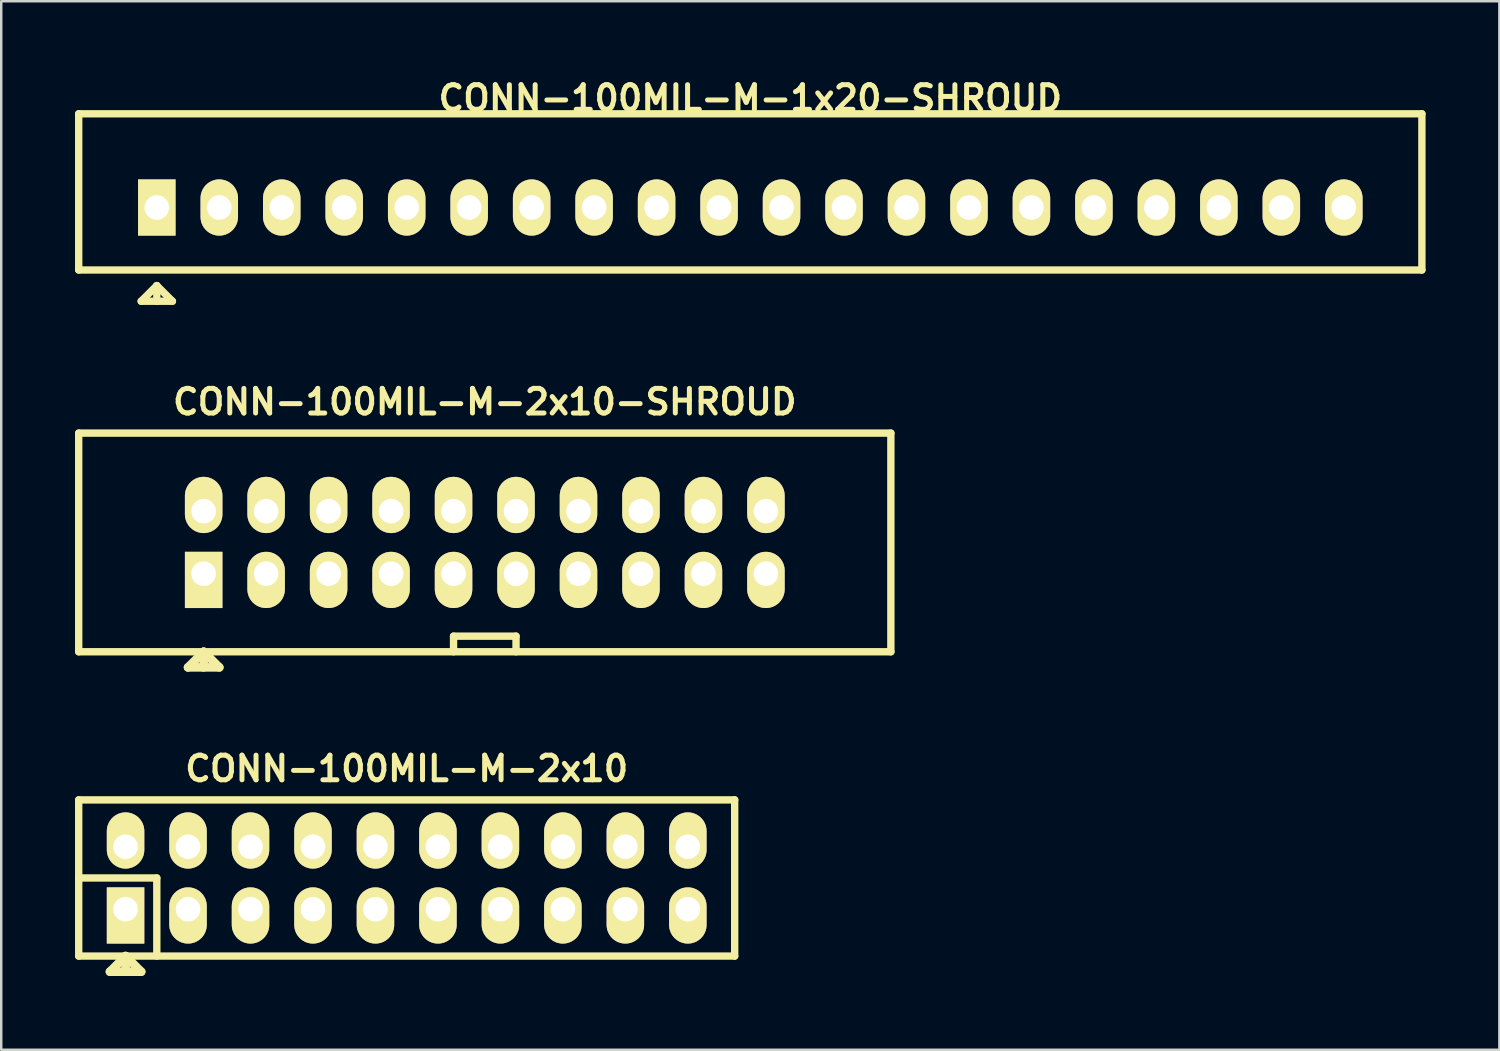
<source format=kicad_pcb>
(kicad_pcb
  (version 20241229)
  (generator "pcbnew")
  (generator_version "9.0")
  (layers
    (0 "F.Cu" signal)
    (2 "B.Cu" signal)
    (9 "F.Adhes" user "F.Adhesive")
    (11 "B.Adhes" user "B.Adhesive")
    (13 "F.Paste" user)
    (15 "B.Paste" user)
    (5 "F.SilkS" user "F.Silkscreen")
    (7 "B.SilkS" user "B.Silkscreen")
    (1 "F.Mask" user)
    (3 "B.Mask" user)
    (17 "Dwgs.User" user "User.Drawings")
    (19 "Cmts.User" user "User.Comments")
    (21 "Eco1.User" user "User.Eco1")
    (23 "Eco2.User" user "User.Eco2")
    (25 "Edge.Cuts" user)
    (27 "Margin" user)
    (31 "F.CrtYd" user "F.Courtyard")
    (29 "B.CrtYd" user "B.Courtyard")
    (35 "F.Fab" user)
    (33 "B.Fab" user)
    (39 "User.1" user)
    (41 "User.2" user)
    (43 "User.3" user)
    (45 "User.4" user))
  (footprint "CONN-100MIL-M-2x10-SHROUD"
    (layer "F.Cu")
    (at 16.66 19.004)
    (property "Reference" "CONN-100MIL-M-2x10-SHROUD" (at 0 -5.715 0) (layer "F.SilkS") (effects (font (size 1.001 1.001) (thickness 0.203))))
    (attr through_hole)
    (fp_line (start -16.51 4.445) (end -16.51 -4.445) (stroke (width 0.3) (type solid)) (layer "F.SilkS"))
    (fp_line (start -16.51 4.445) (end 16.51 4.445) (stroke (width 0.3) (type solid)) (layer "F.SilkS"))
    (fp_line (start -12.065 5.08) (end -10.795 5.08) (stroke (width 0.35) (type solid)) (layer "F.SilkS"))
    (fp_line (start -11.43 4.445) (end -12.065 5.08) (stroke (width 0.35) (type solid)) (layer "F.SilkS"))
    (fp_line (start -11.43 4.445) (end -11.43 5.08) (stroke (width 0.35) (type solid)) (layer "F.SilkS"))
    (fp_line (start -10.795 5.08) (end -11.43 4.445) (stroke (width 0.35) (type solid)) (layer "F.SilkS"))
    (fp_line (start -1.27 3.81) (end 1.27 3.81) (stroke (width 0.3) (type solid)) (layer "F.SilkS"))
    (fp_line (start -1.27 4.445) (end -1.27 3.81) (stroke (width 0.3) (type solid)) (layer "F.SilkS"))
    (fp_line (start 1.27 3.81) (end 1.27 4.445) (stroke (width 0.3) (type solid)) (layer "F.SilkS"))
    (fp_line (start 16.51 -4.445) (end -16.51 -4.445) (stroke (width 0.3) (type solid)) (layer "F.SilkS"))
    (fp_line (start 16.51 -4.445) (end 16.51 4.445) (stroke (width 0.3) (type solid)) (layer "F.SilkS"))
    (pad "1" thru_hole rect (at -11.43 1.27) (size 1.524 2.286) (drill 1 (offset 0 0.254)) (layers "*.Cu" "*.Mask" "F.SilkS"))
    (pad "2" thru_hole oval (at -11.43 -1.27) (size 1.524 2.286) (drill 1 (offset 0 -0.254)) (layers "*.Cu" "*.Mask" "F.SilkS"))
    (pad "3" thru_hole oval (at -8.89 1.27) (size 1.524 2.286) (drill 1 (offset 0 0.254)) (layers "*.Cu" "*.Mask" "F.SilkS"))
    (pad "4" thru_hole oval (at -8.89 -1.27) (size 1.524 2.286) (drill 1 (offset 0 -0.254)) (layers "*.Cu" "*.Mask" "F.SilkS"))
    (pad "5" thru_hole oval (at -6.35 1.27) (size 1.524 2.286) (drill 1 (offset 0 0.254)) (layers "*.Cu" "*.Mask" "F.SilkS"))
    (pad "6" thru_hole oval (at -6.35 -1.27) (size 1.524 2.286) (drill 1 (offset 0 -0.254)) (layers "*.Cu" "*.Mask" "F.SilkS"))
    (pad "7" thru_hole oval (at -3.81 1.27) (size 1.524 2.286) (drill 1 (offset 0 0.254)) (layers "*.Cu" "*.Mask" "F.SilkS"))
    (pad "8" thru_hole oval (at -3.81 -1.27) (size 1.524 2.286) (drill 1 (offset 0 -0.254)) (layers "*.Cu" "*.Mask" "F.SilkS"))
    (pad "9" thru_hole oval (at -1.27 1.27) (size 1.524 2.286) (drill 1 (offset 0 0.254)) (layers "*.Cu" "*.Mask" "F.SilkS"))
    (pad "10" thru_hole oval (at -1.27 -1.27) (size 1.524 2.286) (drill 1 (offset 0 -0.254)) (layers "*.Cu" "*.Mask" "F.SilkS"))
    (pad "11" thru_hole oval (at 1.27 1.27) (size 1.524 2.286) (drill 1 (offset 0 0.254)) (layers "*.Cu" "*.Mask" "F.SilkS"))
    (pad "12" thru_hole oval (at 1.27 -1.27) (size 1.524 2.286) (drill 1 (offset 0 -0.254)) (layers "*.Cu" "*.Mask" "F.SilkS"))
    (pad "13" thru_hole oval (at 3.81 1.27) (size 1.524 2.286) (drill 1 (offset 0 0.254)) (layers "*.Cu" "*.Mask" "F.SilkS"))
    (pad "14" thru_hole oval (at 3.81 -1.27) (size 1.524 2.286) (drill 1 (offset 0 -0.254)) (layers "*.Cu" "*.Mask" "F.SilkS"))
    (pad "15" thru_hole oval (at 6.35 1.27) (size 1.524 2.286) (drill 1 (offset 0 0.254)) (layers "*.Cu" "*.Mask" "F.SilkS"))
    (pad "16" thru_hole oval (at 6.35 -1.27) (size 1.524 2.286) (drill 1 (offset 0 -0.254)) (layers "*.Cu" "*.Mask" "F.SilkS"))
    (pad "17" thru_hole oval (at 8.89 1.27) (size 1.524 2.286) (drill 1 (offset 0 0.254)) (layers "*.Cu" "*.Mask" "F.SilkS"))
    (pad "18" thru_hole oval (at 8.89 -1.27) (size 1.524 2.286) (drill 1 (offset 0 -0.254)) (layers "*.Cu" "*.Mask" "F.SilkS"))
    (pad "19" thru_hole oval (at 11.43 1.27) (size 1.524 2.286) (drill 1 (offset 0 0.254)) (layers "*.Cu" "*.Mask" "F.SilkS"))
    (pad "20" thru_hole oval (at 11.43 -1.27) (size 1.524 2.286) (drill 1 (offset 0 -0.254)) (layers "*.Cu" "*.Mask" "F.SilkS")))
  (footprint "CONN-100MIL-M-2x10"
    (layer "F.Cu")
    (at 13.485 32.646)
    (property "Reference" "CONN-100MIL-M-2x10" (at 0 -4.445 0) (layer "F.SilkS") (effects (font (size 1.001 1.001) (thickness 0.203))))
    (attr through_hole)
    (fp_line (start -13.335 -3.175) (end 13.335 -3.175) (stroke (width 0.3) (type solid)) (layer "F.SilkS"))
    (fp_line (start -13.335 0) (end -10.16 0) (stroke (width 0.3) (type solid)) (layer "F.SilkS"))
    (fp_line (start -13.335 3.175) (end -13.335 -3.175) (stroke (width 0.3) (type solid)) (layer "F.SilkS"))
    (fp_line (start -12.065 3.81) (end -10.795 3.81) (stroke (width 0.35) (type solid)) (layer "F.SilkS"))
    (fp_line (start -11.43 3.175) (end -12.065 3.81) (stroke (width 0.35) (type solid)) (layer "F.SilkS"))
    (fp_line (start -11.43 3.175) (end -11.43 3.81) (stroke (width 0.35) (type solid)) (layer "F.SilkS"))
    (fp_line (start -10.795 3.81) (end -11.43 3.175) (stroke (width 0.35) (type solid)) (layer "F.SilkS"))
    (fp_line (start -10.16 0) (end -10.16 3.175) (stroke (width 0.3) (type solid)) (layer "F.SilkS"))
    (fp_line (start 13.335 -3.175) (end 13.335 3.175) (stroke (width 0.3) (type solid)) (layer "F.SilkS"))
    (fp_line (start 13.335 3.175) (end -13.335 3.175) (stroke (width 0.3) (type solid)) (layer "F.SilkS"))
    (pad "1" thru_hole rect (at -11.43 1.27) (size 1.524 2.286) (drill 1 (offset 0 0.254)) (layers "*.Cu" "*.Mask" "F.SilkS"))
    (pad "2" thru_hole oval (at -11.43 -1.27) (size 1.524 2.286) (drill 1 (offset 0 -0.254)) (layers "*.Cu" "*.Mask" "F.SilkS"))
    (pad "3" thru_hole oval (at -8.89 1.27) (size 1.524 2.286) (drill 1 (offset 0 0.254)) (layers "*.Cu" "*.Mask" "F.SilkS"))
    (pad "4" thru_hole oval (at -8.89 -1.27) (size 1.524 2.286) (drill 1 (offset 0 -0.254)) (layers "*.Cu" "*.Mask" "F.SilkS"))
    (pad "5" thru_hole oval (at -6.35 1.27) (size 1.524 2.286) (drill 1 (offset 0 0.254)) (layers "*.Cu" "*.Mask" "F.SilkS"))
    (pad "6" thru_hole oval (at -6.35 -1.27) (size 1.524 2.286) (drill 1 (offset 0 -0.254)) (layers "*.Cu" "*.Mask" "F.SilkS"))
    (pad "7" thru_hole oval (at -3.81 1.27) (size 1.524 2.286) (drill 1 (offset 0 0.254)) (layers "*.Cu" "*.Mask" "F.SilkS"))
    (pad "8" thru_hole oval (at -3.81 -1.27) (size 1.524 2.286) (drill 1 (offset 0 -0.254)) (layers "*.Cu" "*.Mask" "F.SilkS"))
    (pad "9" thru_hole oval (at -1.27 1.27) (size 1.524 2.286) (drill 1 (offset 0 0.254)) (layers "*.Cu" "*.Mask" "F.SilkS"))
    (pad "10" thru_hole oval (at -1.27 -1.27) (size 1.524 2.286) (drill 1 (offset 0 -0.254)) (layers "*.Cu" "*.Mask" "F.SilkS"))
    (pad "11" thru_hole oval (at 1.27 1.27) (size 1.524 2.286) (drill 1 (offset 0 0.254)) (layers "*.Cu" "*.Mask" "F.SilkS"))
    (pad "12" thru_hole oval (at 1.27 -1.27) (size 1.524 2.286) (drill 1 (offset 0 -0.254)) (layers "*.Cu" "*.Mask" "F.SilkS"))
    (pad "13" thru_hole oval (at 3.81 1.27) (size 1.524 2.286) (drill 1 (offset 0 0.254)) (layers "*.Cu" "*.Mask" "F.SilkS"))
    (pad "14" thru_hole oval (at 3.81 -1.27) (size 1.524 2.286) (drill 1 (offset 0 -0.254)) (layers "*.Cu" "*.Mask" "F.SilkS"))
    (pad "15" thru_hole oval (at 6.35 1.27) (size 1.524 2.286) (drill 1 (offset 0 0.254)) (layers "*.Cu" "*.Mask" "F.SilkS"))
    (pad "16" thru_hole oval (at 6.35 -1.27) (size 1.524 2.286) (drill 1 (offset 0 -0.254)) (layers "*.Cu" "*.Mask" "F.SilkS"))
    (pad "17" thru_hole oval (at 8.89 1.27) (size 1.524 2.286) (drill 1 (offset 0 0.254)) (layers "*.Cu" "*.Mask" "F.SilkS"))
    (pad "18" thru_hole oval (at 8.89 -1.27) (size 1.524 2.286) (drill 1 (offset 0 -0.254)) (layers "*.Cu" "*.Mask" "F.SilkS"))
    (pad "19" thru_hole oval (at 11.43 1.27) (size 1.524 2.286) (drill 1 (offset 0 0.254)) (layers "*.Cu" "*.Mask" "F.SilkS"))
    (pad "20" thru_hole oval (at 11.43 -1.27) (size 1.524 2.286) (drill 1 (offset 0 -0.254)) (layers "*.Cu" "*.Mask" "F.SilkS")))
  (footprint "CONN-100MIL-M-1x20-SHROUD"
    (layer "F.Cu")
    (at 27.455 5.387)
    (property "Reference" "CONN-100MIL-M-1x20-SHROUD" (at 0 -4.445 0) (layer "F.SilkS") (effects (font (size 1.001 1.001) (thickness 0.203))))
    (attr through_hole)
    (fp_line (start -27.305 2.54) (end -27.305 -3.81) (stroke (width 0.3) (type solid)) (layer "F.SilkS"))
    (fp_line (start -27.305 2.54) (end 27.305 2.54) (stroke (width 0.3) (type solid)) (layer "F.SilkS"))
    (fp_line (start -24.765 3.81) (end -23.495 3.81) (stroke (width 0.3) (type solid)) (layer "F.SilkS"))
    (fp_line (start -24.13 3.175) (end -24.765 3.81) (stroke (width 0.3) (type solid)) (layer "F.SilkS"))
    (fp_line (start -24.13 3.175) (end -24.13 3.81) (stroke (width 0.3) (type solid)) (layer "F.SilkS"))
    (fp_line (start -23.495 3.81) (end -24.13 3.175) (stroke (width 0.3) (type solid)) (layer "F.SilkS"))
    (fp_line (start 27.305 -3.81) (end -27.305 -3.81) (stroke (width 0.3) (type solid)) (layer "F.SilkS"))
    (fp_line (start 27.305 -3.81) (end 27.305 2.54) (stroke (width 0.3) (type solid)) (layer "F.SilkS"))
    (pad "1" thru_hole rect (at -24.13 0) (size 1.524 2.286) (drill 1) (layers "*.Cu" "*.Mask" "F.SilkS"))
    (pad "2" thru_hole oval (at -21.59 0) (size 1.524 2.286) (drill 1) (layers "*.Cu" "*.Mask" "F.SilkS"))
    (pad "3" thru_hole oval (at -19.05 0) (size 1.524 2.286) (drill 1) (layers "*.Cu" "*.Mask" "F.SilkS"))
    (pad "4" thru_hole oval (at -16.51 0) (size 1.524 2.286) (drill 1) (layers "*.Cu" "*.Mask" "F.SilkS"))
    (pad "5" thru_hole oval (at -13.97 0) (size 1.524 2.286) (drill 1) (layers "*.Cu" "*.Mask" "F.SilkS"))
    (pad "6" thru_hole oval (at -11.43 0) (size 1.524 2.286) (drill 1) (layers "*.Cu" "*.Mask" "F.SilkS"))
    (pad "7" thru_hole oval (at -8.89 0) (size 1.524 2.286) (drill 1) (layers "*.Cu" "*.Mask" "F.SilkS"))
    (pad "8" thru_hole oval (at -6.35 0) (size 1.524 2.286) (drill 1) (layers "*.Cu" "*.Mask" "F.SilkS"))
    (pad "9" thru_hole oval (at -3.81 0) (size 1.524 2.286) (drill 1) (layers "*.Cu" "*.Mask" "F.SilkS"))
    (pad "10" thru_hole oval (at -1.27 0) (size 1.524 2.286) (drill 1) (layers "*.Cu" "*.Mask" "F.SilkS"))
    (pad "11" thru_hole oval (at 1.27 0) (size 1.524 2.286) (drill 1) (layers "*.Cu" "*.Mask" "F.SilkS"))
    (pad "12" thru_hole oval (at 3.81 0) (size 1.524 2.286) (drill 1) (layers "*.Cu" "*.Mask" "F.SilkS"))
    (pad "13" thru_hole oval (at 6.35 0) (size 1.524 2.286) (drill 1) (layers "*.Cu" "*.Mask" "F.SilkS"))
    (pad "14" thru_hole oval (at 8.89 0) (size 1.524 2.286) (drill 1) (layers "*.Cu" "*.Mask" "F.SilkS"))
    (pad "15" thru_hole oval (at 11.43 0) (size 1.524 2.286) (drill 1) (layers "*.Cu" "*.Mask" "F.SilkS"))
    (pad "16" thru_hole oval (at 13.97 0) (size 1.524 2.286) (drill 1) (layers "*.Cu" "*.Mask" "F.SilkS"))
    (pad "17" thru_hole oval (at 16.51 0) (size 1.524 2.286) (drill 1) (layers "*.Cu" "*.Mask" "F.SilkS"))
    (pad "18" thru_hole oval (at 19.05 0) (size 1.524 2.286) (drill 1) (layers "*.Cu" "*.Mask" "F.SilkS"))
    (pad "19" thru_hole oval (at 21.59 0) (size 1.524 2.286) (drill 1) (layers "*.Cu" "*.Mask" "F.SilkS"))
    (pad "20" thru_hole oval (at 24.13 0) (size 1.524 2.286) (drill 1) (layers "*.Cu" "*.Mask" "F.SilkS")))
  (gr_rect
    (start -3 -3)
    (end 57.91 39.631)
    (stroke (width 0.1) (type default))
    (fill no)
    (layer "Edge.Cuts")))
</source>
